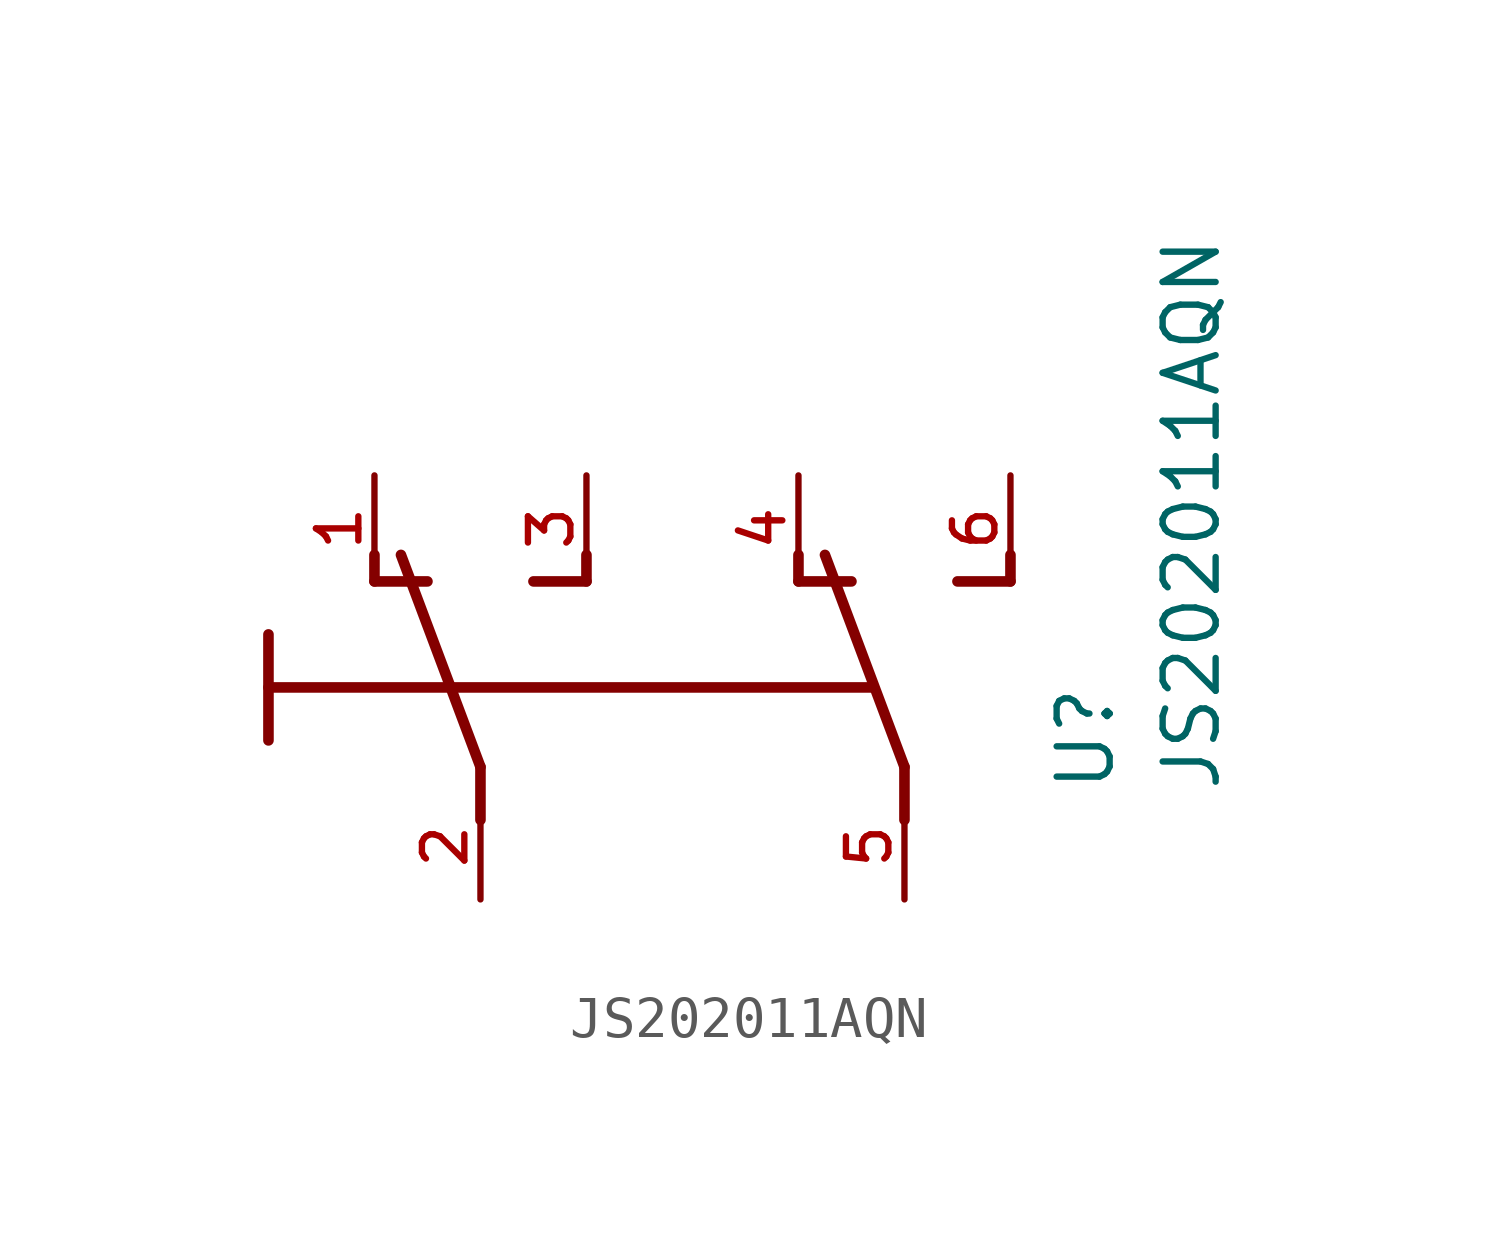
<source format=kicad_sym>
(kicad_symbol_lib
  (version 20211014)
  (generator kicad_symbol_editor)
  (symbol "JS202011AQN"
    (pin_names
      (offset 1.016))
    (property "Reference" "U"
      (at 15.24 -2.54 90.0)
      (effects (font (size 1.27 1.27)) (justify bottom left)))
    (property "Value" "JS202011AQN"
      (at 17.78 -2.54 90.0)
      (effects (font (size 1.27 1.27)) (justify bottom left)))
    (symbol "JS202011AQN_0_0"
      (polyline (pts (xy 0.0 -3.175) (xy 0.0 -1.905)) (stroke (width 0.254)))
      (polyline (pts (xy 0.0 -1.905) (xy -1.905 3.175)) (stroke (width 0.254)))
      (polyline (pts (xy 1.27 2.54) (xy 2.54 2.54)) (stroke (width 0.254)))
      (polyline (pts (xy 2.54 2.54) (xy 2.54 3.175)) (stroke (width 0.254)))
      (polyline (pts (xy -2.54 2.54) (xy -1.27 2.54)) (stroke (width 0.254)))
      (polyline (pts (xy -2.54 2.54) (xy -2.54 3.175)) (stroke (width 0.254)))
      (polyline (pts (xy 10.16 -3.175) (xy 10.16 -1.905)) (stroke (width 0.254)))
      (polyline (pts (xy 10.16 -1.905) (xy 8.255 3.175)) (stroke (width 0.254)))
      (polyline (pts (xy 11.43 2.54) (xy 12.7 2.54)) (stroke (width 0.254)))
      (polyline (pts (xy 12.7 2.54) (xy 12.7 3.175)) (stroke (width 0.254)))
      (polyline (pts (xy 7.62 2.54) (xy 8.89 2.54)) (stroke (width 0.254)))
      (polyline (pts (xy 7.62 2.54) (xy 7.62 3.175)) (stroke (width 0.254)))
      (polyline (pts (xy 9.398 0.0) (xy -5.08 0.0)) (stroke (width 0.254)))
      (polyline (pts (xy -5.08 1.27) (xy -5.08 -1.27)) (stroke (width 0.254)))
      (pin passive line (at 0.0 -5.08 90.0) (length 2.54) (name "~" (effects (font (size 1.016 1.016)))) (number "2" (effects (font (size 1.016 1.016)))))
      (pin passive line (at 2.54 5.08 270.0) (length 2.54) (name "~" (effects (font (size 1.016 1.016)))) (number "3" (effects (font (size 1.016 1.016)))))
      (pin passive line (at -2.54 5.08 270.0) (length 2.54) (name "~" (effects (font (size 1.016 1.016)))) (number "1" (effects (font (size 1.016 1.016)))))
      (pin passive line (at 10.16 -5.08 90.0) (length 2.54) (name "~" (effects (font (size 1.016 1.016)))) (number "5" (effects (font (size 1.016 1.016)))))
      (pin passive line (at 12.7 5.08 270.0) (length 2.54) (name "~" (effects (font (size 1.016 1.016)))) (number "6" (effects (font (size 1.016 1.016)))))
      (pin passive line (at 7.62 5.08 270.0) (length 2.54) (name "~" (effects (font (size 1.016 1.016)))) (number "4" (effects (font (size 1.016 1.016))))))))
</source>
